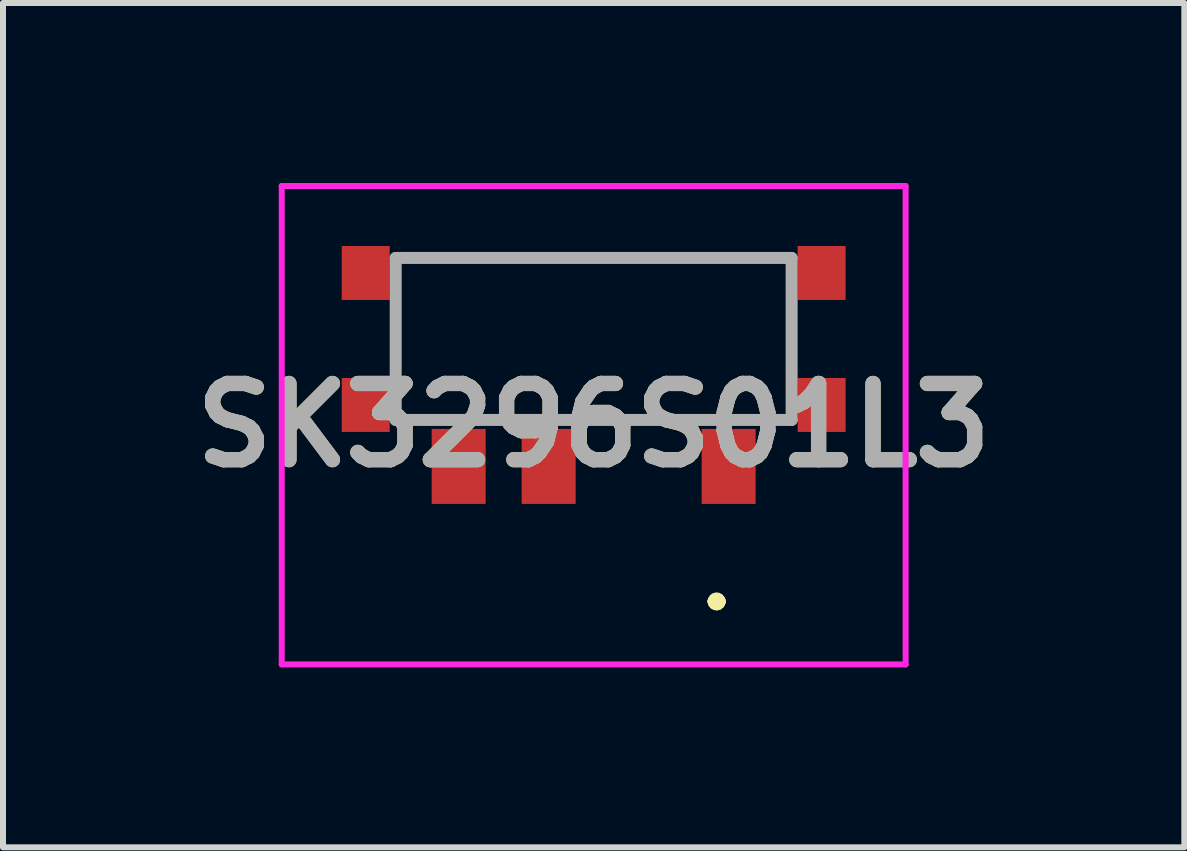
<source format=kicad_pcb>
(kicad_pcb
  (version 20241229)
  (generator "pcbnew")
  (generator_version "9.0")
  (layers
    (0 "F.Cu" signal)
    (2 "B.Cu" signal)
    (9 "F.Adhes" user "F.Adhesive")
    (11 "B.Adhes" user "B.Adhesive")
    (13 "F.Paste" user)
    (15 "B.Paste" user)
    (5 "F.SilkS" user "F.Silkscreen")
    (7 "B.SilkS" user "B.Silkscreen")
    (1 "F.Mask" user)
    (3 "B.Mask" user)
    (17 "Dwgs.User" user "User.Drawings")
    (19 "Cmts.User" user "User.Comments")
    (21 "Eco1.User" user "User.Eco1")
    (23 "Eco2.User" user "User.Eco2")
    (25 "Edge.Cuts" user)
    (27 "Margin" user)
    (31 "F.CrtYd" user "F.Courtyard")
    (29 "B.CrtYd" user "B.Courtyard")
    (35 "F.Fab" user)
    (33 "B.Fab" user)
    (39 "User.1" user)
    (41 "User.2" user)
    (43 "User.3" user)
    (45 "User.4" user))
  (footprint "SK3296S01L3"
    (layer "F.Cu")
    (at 6.846 2.975)
    (property "Reference" "SK3296S01L3" (at 0 1.063 0) (layer "F.SilkS") (effects (font (size 1.27 1.27) (thickness 0.254))))
    (attr through_hole)
    (fp_line (start -2.75 -1.75) (end -2.75 -1.75) (stroke (width 0.1) (type solid)) (layer "F.SilkS"))
    (fp_line (start -2.75 -1.75) (end 2.75 -1.75) (stroke (width 0.1) (type solid)) (layer "F.SilkS"))
    (fp_line (start 2 4) (end 2 4) (stroke (width 0.2) (type solid)) (layer "F.SilkS"))
    (fp_line (start 2 4) (end 2 4) (stroke (width 0.2) (type solid)) (layer "F.SilkS"))
    (fp_line (start 2.1 4) (end 2.1 4) (stroke (width 0.2) (type solid)) (layer "F.SilkS"))
    (fp_line (start 2.75 -1.75) (end -2.75 -1.75) (stroke (width 0.1) (type solid)) (layer "F.SilkS"))
    (fp_line (start 2.75 -1.75) (end 2.75 -1.75) (stroke (width 0.1) (type solid)) (layer "F.SilkS"))
    (fp_arc (start 2 4) (mid 2.05 3.95) (end 2.1 4) (stroke (width 0.2) (type solid)) (layer "F.SilkS"))
    (fp_arc (start 2.1 4) (mid 2.05 4.05) (end 2 4) (stroke (width 0.2) (type solid)) (layer "F.SilkS"))
    (fp_arc (start 2.1 4) (mid 2.05 4.05) (end 2 4) (stroke (width 0.2) (type solid)) (layer "F.SilkS"))
    (fp_line (start -5.2 -2.925) (end 5.2 -2.925) (stroke (width 0.1) (type solid)) (layer "F.CrtYd"))
    (fp_line (start -5.2 5.05) (end -5.2 -2.925) (stroke (width 0.1) (type solid)) (layer "F.CrtYd"))
    (fp_line (start 5.2 -2.925) (end 5.2 5.05) (stroke (width 0.1) (type solid)) (layer "F.CrtYd"))
    (fp_line (start 5.2 5.05) (end -5.2 5.05) (stroke (width 0.1) (type solid)) (layer "F.CrtYd"))
    (fp_line (start -3.3 -1.725) (end -3.3 0.975) (stroke (width 0.2) (type solid)) (layer "F.Fab"))
    (fp_line (start -3.3 0.975) (end 3.3 0.975) (stroke (width 0.2) (type solid)) (layer "F.Fab"))
    (fp_line (start 3.3 -1.725) (end -3.3 -1.725) (stroke (width 0.2) (type solid)) (layer "F.Fab"))
    (fp_line (start 3.3 0.975) (end 3.3 -1.725) (stroke (width 0.2) (type solid)) (layer "F.Fab"))
    (fp_text user "${REFERENCE}" (at 0 1.063 0) (layer "F.Fab") (effects (font (size 1.27 1.27) (thickness 0.254))))
    (pad "" np_thru_hole circle (at -1.5 -0.375) (size 0.001 0.001) (drill 0.9) (layers "*.Cu" "*.Mask"))
    (pad "" np_thru_hole circle (at 1.5 -0.375) (size 0.001 0.001) (drill 0.9) (layers "*.Cu" "*.Mask"))
    (pad "1" smd rect (at 2.25 1.75) (size 0.9 1.25) (layers "F.Cu" "F.Mask" "F.Paste"))
    (pad "2" smd rect (at -0.75 1.75) (size 0.9 1.25) (layers "F.Cu" "F.Mask" "F.Paste"))
    (pad "3" smd rect (at -2.25 1.75) (size 0.9 1.25) (layers "F.Cu" "F.Mask" "F.Paste"))
    (pad "MP1" smd rect (at -3.8 0.725) (size 0.8 0.9) (layers "F.Cu" "F.Mask" "F.Paste"))
    (pad "MP2" smd rect (at -3.8 -1.475) (size 0.8 0.9) (layers "F.Cu" "F.Mask" "F.Paste"))
    (pad "MP3" smd rect (at 3.8 0.725) (size 0.8 0.9) (layers "F.Cu" "F.Mask" "F.Paste"))
    (pad "MP4" smd rect (at 3.8 -1.475) (size 0.8 0.9) (layers "F.Cu" "F.Mask" "F.Paste")))
  (gr_rect
    (start -3 -3)
    (end 16.692 11.075)
    (stroke (width 0.1) (type default))
    (fill no)
    (layer "Edge.Cuts")))
</source>
